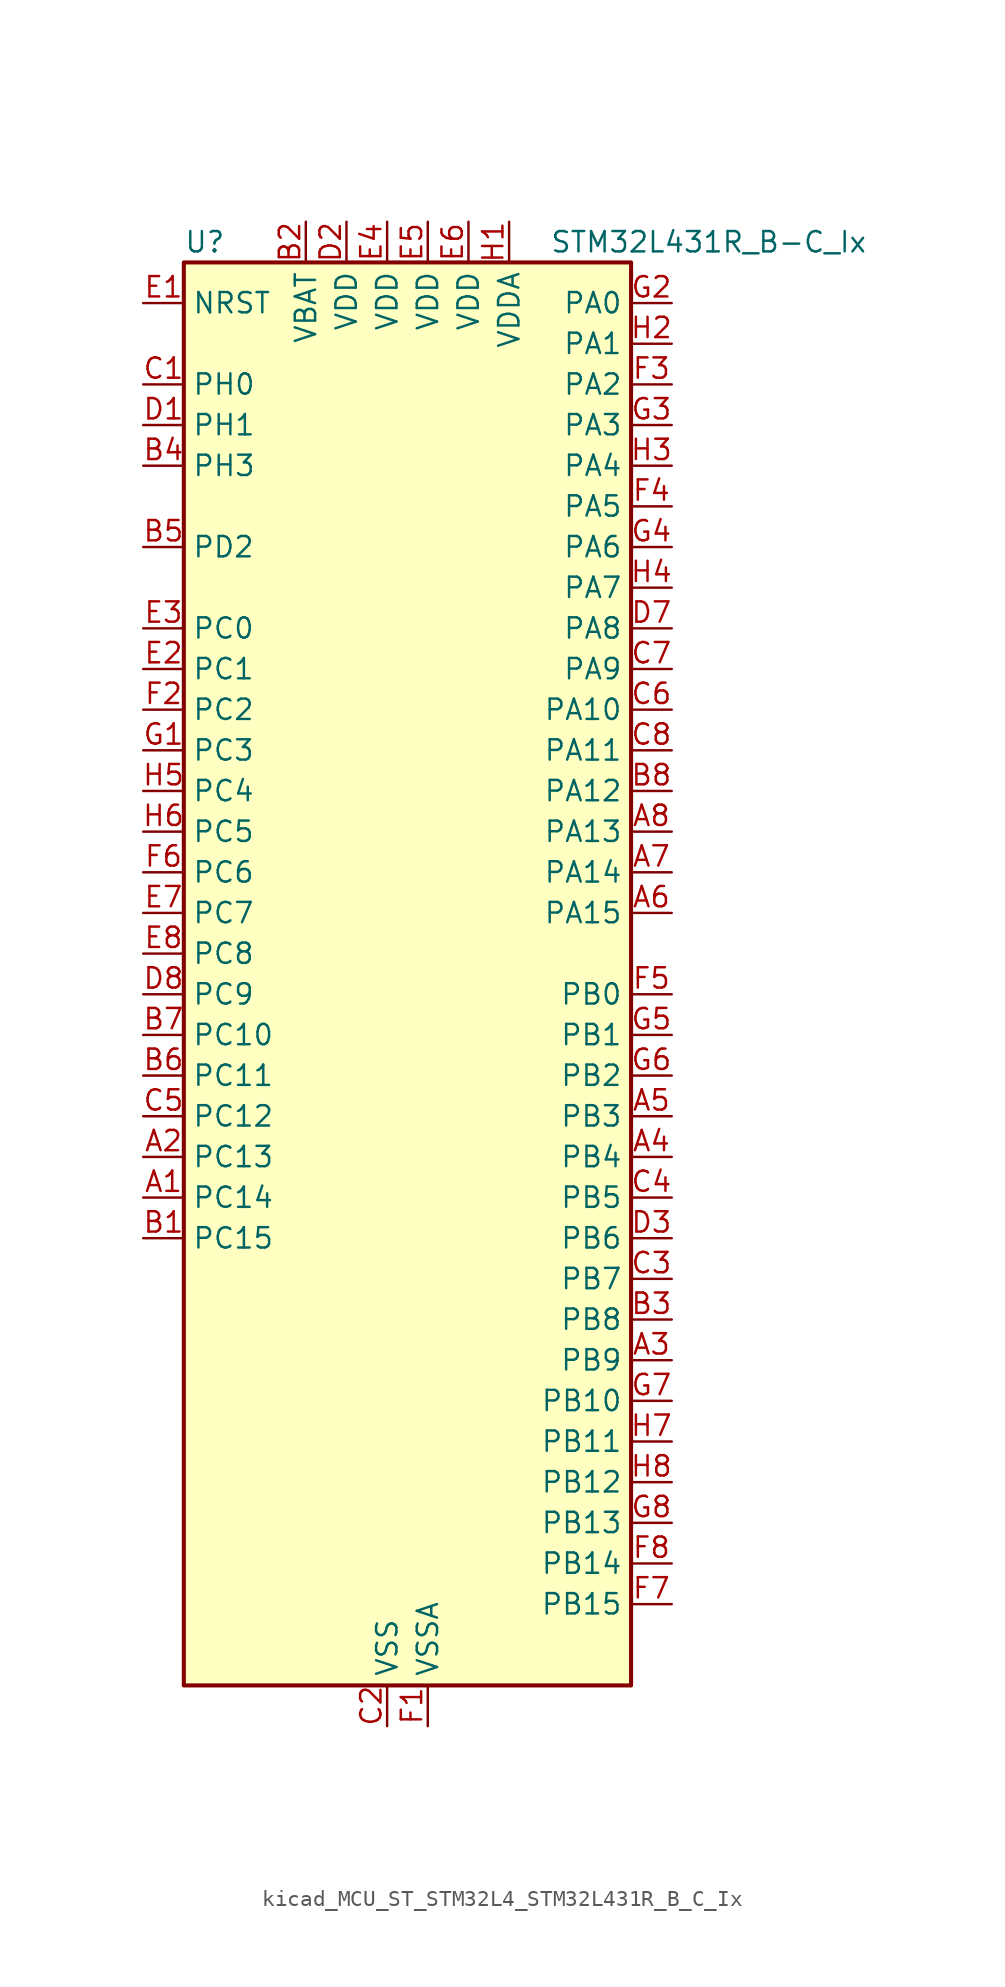
<source format=kicad_sym>
(kicad_symbol_lib
  (version 20220914)
  (generator kicad_symbol_editor)
  (symbol "kicad_MCU_ST_STM32L4_STM32L431R_B_C_Ix"
    (property "Reference" "U"
      (at -12.7 46.99 0)
      (effects (font (size 1.27 1.27)) (justify left)))
    (property "Value" "STM32L431R_B-C_Ix"
      (at 10.16 46.99 0)
      (effects (font (size 1.27 1.27)) (justify left)))
    (property "ki_locked" ""
      (at 0 0 0)
      (effects (font (size 1.27 1.27))))
    (symbol "kicad_MCU_ST_STM32L4_STM32L431R_B_C_Ix_0_1"
      (rectangle (start -12.7 -43.18) (end 15.24 45.72) (stroke (width 0.254) (type default)) (fill (type background))))
    (symbol "kicad_MCU_ST_STM32L4_STM32L431R_B_C_Ix_1_1"
      (pin bidirectional line (at -15.24 -12.7 0) (length 2.54) (name "PC14" (effects (font (size 1.27 1.27)))) (number "A1" (effects (font (size 1.27 1.27)))) (alternate "RCC_OSC32_IN" bidirectional line))
      (pin bidirectional line (at -15.24 -10.16 0) (length 2.54) (name "PC13" (effects (font (size 1.27 1.27)))) (number "A2" (effects (font (size 1.27 1.27)))) (alternate "RTC_OUT_ALARM" bidirectional line) (alternate "RTC_OUT_CALIB" bidirectional line) (alternate "RTC_TAMP1" bidirectional line) (alternate "RTC_TS" bidirectional line) (alternate "SYS_WKUP2" bidirectional line))
      (pin bidirectional line (at 17.78 -22.86 180) (length 2.54) (name "PB9" (effects (font (size 1.27 1.27)))) (number "A3" (effects (font (size 1.27 1.27)))) (alternate "CAN1_TX" bidirectional line) (alternate "DAC1_EXTI9" bidirectional line) (alternate "I2C1_SDA" bidirectional line) (alternate "IR_OUT" bidirectional line) (alternate "SAI1_FS_A" bidirectional line) (alternate "SDMMC1_D5" bidirectional line) (alternate "SPI2_NSS" bidirectional line))
      (pin bidirectional line (at 17.78 -10.16 180) (length 2.54) (name "PB4" (effects (font (size 1.27 1.27)))) (number "A4" (effects (font (size 1.27 1.27)))) (alternate "COMP2_INP" bidirectional line) (alternate "I2C3_SDA" bidirectional line) (alternate "SAI1_MCLK_B" bidirectional line) (alternate "SPI1_MISO" bidirectional line) (alternate "SPI3_MISO" bidirectional line) (alternate "SYS_JTRST" bidirectional line) (alternate "TSC_G2_IO1" bidirectional line) (alternate "USART1_CTS" bidirectional line))
      (pin bidirectional line (at 17.78 -7.62 180) (length 2.54) (name "PB3" (effects (font (size 1.27 1.27)))) (number "A5" (effects (font (size 1.27 1.27)))) (alternate "COMP2_INM" bidirectional line) (alternate "SAI1_SCK_B" bidirectional line) (alternate "SPI1_SCK" bidirectional line) (alternate "SPI3_SCK" bidirectional line) (alternate "SYS_JTDO-SWO" bidirectional line) (alternate "TIM2_CH2" bidirectional line) (alternate "USART1_DE" bidirectional line) (alternate "USART1_RTS" bidirectional line))
      (pin bidirectional line (at 17.78 5.08 180) (length 2.54) (name "PA15" (effects (font (size 1.27 1.27)))) (number "A6" (effects (font (size 1.27 1.27)))) (alternate "ADC1_EXTI15" bidirectional line) (alternate "SPI1_NSS" bidirectional line) (alternate "SPI3_NSS" bidirectional line) (alternate "SWPMI1_SUSPEND" bidirectional line) (alternate "SYS_JTDI" bidirectional line) (alternate "TIM2_CH1" bidirectional line) (alternate "TIM2_ETR" bidirectional line) (alternate "TSC_G3_IO1" bidirectional line) (alternate "USART2_RX" bidirectional line) (alternate "USART3_DE" bidirectional line) (alternate "USART3_RTS" bidirectional line))
      (pin bidirectional line (at 17.78 7.62 180) (length 2.54) (name "PA14" (effects (font (size 1.27 1.27)))) (number "A7" (effects (font (size 1.27 1.27)))) (alternate "I2C1_SMBA" bidirectional line) (alternate "LPTIM1_OUT" bidirectional line) (alternate "SAI1_FS_B" bidirectional line) (alternate "SWPMI1_RX" bidirectional line) (alternate "SYS_JTCK-SWCLK" bidirectional line))
      (pin bidirectional line (at 17.78 10.16 180) (length 2.54) (name "PA13" (effects (font (size 1.27 1.27)))) (number "A8" (effects (font (size 1.27 1.27)))) (alternate "IR_OUT" bidirectional line) (alternate "SAI1_SD_B" bidirectional line) (alternate "SWPMI1_TX" bidirectional line) (alternate "SYS_JTMS-SWDIO" bidirectional line))
      (pin bidirectional line (at -15.24 -15.24 0) (length 2.54) (name "PC15" (effects (font (size 1.27 1.27)))) (number "B1" (effects (font (size 1.27 1.27)))) (alternate "ADC1_EXTI15" bidirectional line) (alternate "RCC_OSC32_OUT" bidirectional line))
      (pin power_in line (at -5.08 48.26 270) (length 2.54) (name "VBAT" (effects (font (size 1.27 1.27)))) (number "B2" (effects (font (size 1.27 1.27)))))
      (pin bidirectional line (at 17.78 -20.32 180) (length 2.54) (name "PB8" (effects (font (size 1.27 1.27)))) (number "B3" (effects (font (size 1.27 1.27)))) (alternate "CAN1_RX" bidirectional line) (alternate "I2C1_SCL" bidirectional line) (alternate "SAI1_MCLK_A" bidirectional line) (alternate "SDMMC1_D4" bidirectional line) (alternate "TIM16_CH1" bidirectional line))
      (pin bidirectional line (at -15.24 33.02 0) (length 2.54) (name "PH3" (effects (font (size 1.27 1.27)))) (number "B4" (effects (font (size 1.27 1.27)))))
      (pin bidirectional line (at -15.24 27.94 0) (length 2.54) (name "PD2" (effects (font (size 1.27 1.27)))) (number "B5" (effects (font (size 1.27 1.27)))) (alternate "SDMMC1_CMD" bidirectional line) (alternate "TSC_SYNC" bidirectional line) (alternate "USART3_DE" bidirectional line) (alternate "USART3_RTS" bidirectional line))
      (pin bidirectional line (at -15.24 -5.08 0) (length 2.54) (name "PC11" (effects (font (size 1.27 1.27)))) (number "B6" (effects (font (size 1.27 1.27)))) (alternate "ADC1_EXTI11" bidirectional line) (alternate "SDMMC1_D3" bidirectional line) (alternate "SPI3_MISO" bidirectional line) (alternate "TSC_G3_IO3" bidirectional line) (alternate "USART3_RX" bidirectional line))
      (pin bidirectional line (at -15.24 -2.54 0) (length 2.54) (name "PC10" (effects (font (size 1.27 1.27)))) (number "B7" (effects (font (size 1.27 1.27)))) (alternate "SDMMC1_D2" bidirectional line) (alternate "SPI3_SCK" bidirectional line) (alternate "TSC_G3_IO2" bidirectional line) (alternate "USART3_TX" bidirectional line))
      (pin bidirectional line (at 17.78 12.7 180) (length 2.54) (name "PA12" (effects (font (size 1.27 1.27)))) (number "B8" (effects (font (size 1.27 1.27)))) (alternate "CAN1_TX" bidirectional line) (alternate "SPI1_MOSI" bidirectional line) (alternate "TIM1_ETR" bidirectional line) (alternate "USART1_DE" bidirectional line) (alternate "USART1_RTS" bidirectional line))
      (pin bidirectional line (at -15.24 38.1 0) (length 2.54) (name "PH0" (effects (font (size 1.27 1.27)))) (number "C1" (effects (font (size 1.27 1.27)))) (alternate "RCC_OSC_IN" bidirectional line))
      (pin power_in line (at 0 -45.72 90) (length 2.54) (name "VSS" (effects (font (size 1.27 1.27)))) (number "C2" (effects (font (size 1.27 1.27)))))
      (pin bidirectional line (at 17.78 -17.78 180) (length 2.54) (name "PB7" (effects (font (size 1.27 1.27)))) (number "C3" (effects (font (size 1.27 1.27)))) (alternate "COMP2_INM" bidirectional line) (alternate "I2C1_SDA" bidirectional line) (alternate "LPTIM1_IN2" bidirectional line) (alternate "SYS_PVD_IN" bidirectional line) (alternate "TSC_G2_IO4" bidirectional line) (alternate "USART1_RX" bidirectional line))
      (pin bidirectional line (at 17.78 -12.7 180) (length 2.54) (name "PB5" (effects (font (size 1.27 1.27)))) (number "C4" (effects (font (size 1.27 1.27)))) (alternate "COMP2_OUT" bidirectional line) (alternate "I2C1_SMBA" bidirectional line) (alternate "LPTIM1_IN1" bidirectional line) (alternate "SAI1_SD_B" bidirectional line) (alternate "SPI1_MOSI" bidirectional line) (alternate "SPI3_MOSI" bidirectional line) (alternate "TIM16_BKIN" bidirectional line) (alternate "TSC_G2_IO2" bidirectional line) (alternate "USART1_CK" bidirectional line))
      (pin bidirectional line (at -15.24 -7.62 0) (length 2.54) (name "PC12" (effects (font (size 1.27 1.27)))) (number "C5" (effects (font (size 1.27 1.27)))) (alternate "SDMMC1_CK" bidirectional line) (alternate "SPI3_MOSI" bidirectional line) (alternate "TSC_G3_IO4" bidirectional line) (alternate "USART3_CK" bidirectional line))
      (pin bidirectional line (at 17.78 17.78 180) (length 2.54) (name "PA10" (effects (font (size 1.27 1.27)))) (number "C6" (effects (font (size 1.27 1.27)))) (alternate "I2C1_SDA" bidirectional line) (alternate "SAI1_SD_A" bidirectional line) (alternate "TIM1_CH3" bidirectional line) (alternate "USART1_RX" bidirectional line))
      (pin bidirectional line (at 17.78 20.32 180) (length 2.54) (name "PA9" (effects (font (size 1.27 1.27)))) (number "C7" (effects (font (size 1.27 1.27)))) (alternate "DAC1_EXTI9" bidirectional line) (alternate "I2C1_SCL" bidirectional line) (alternate "SAI1_FS_A" bidirectional line) (alternate "TIM15_BKIN" bidirectional line) (alternate "TIM1_CH2" bidirectional line) (alternate "USART1_TX" bidirectional line))
      (pin bidirectional line (at 17.78 15.24 180) (length 2.54) (name "PA11" (effects (font (size 1.27 1.27)))) (number "C8" (effects (font (size 1.27 1.27)))) (alternate "ADC1_EXTI11" bidirectional line) (alternate "CAN1_RX" bidirectional line) (alternate "COMP1_OUT" bidirectional line) (alternate "SPI1_MISO" bidirectional line) (alternate "TIM1_BKIN2" bidirectional line) (alternate "TIM1_BKIN2_COMP1" bidirectional line) (alternate "TIM1_CH4" bidirectional line) (alternate "USART1_CTS" bidirectional line))
      (pin bidirectional line (at -15.24 35.56 0) (length 2.54) (name "PH1" (effects (font (size 1.27 1.27)))) (number "D1" (effects (font (size 1.27 1.27)))) (alternate "RCC_OSC_OUT" bidirectional line))
      (pin power_in line (at -2.54 48.26 270) (length 2.54) (name "VDD" (effects (font (size 1.27 1.27)))) (number "D2" (effects (font (size 1.27 1.27)))))
      (pin bidirectional line (at 17.78 -15.24 180) (length 2.54) (name "PB6" (effects (font (size 1.27 1.27)))) (number "D3" (effects (font (size 1.27 1.27)))) (alternate "COMP2_INP" bidirectional line) (alternate "I2C1_SCL" bidirectional line) (alternate "LPTIM1_ETR" bidirectional line) (alternate "SAI1_FS_B" bidirectional line) (alternate "TIM16_CH1N" bidirectional line) (alternate "TSC_G2_IO3" bidirectional line) (alternate "USART1_TX" bidirectional line))
      (pin passive line (at 0 -45.72 90) (length 2.54) hide (name "VSS" (effects (font (size 1.27 1.27)))) (number "D4" (effects (font (size 1.27 1.27)))))
      (pin passive line (at 0 -45.72 90) (length 2.54) hide (name "VSS" (effects (font (size 1.27 1.27)))) (number "D5" (effects (font (size 1.27 1.27)))))
      (pin passive line (at 0 -45.72 90) (length 2.54) hide (name "VSS" (effects (font (size 1.27 1.27)))) (number "D6" (effects (font (size 1.27 1.27)))))
      (pin bidirectional line (at 17.78 22.86 180) (length 2.54) (name "PA8" (effects (font (size 1.27 1.27)))) (number "D7" (effects (font (size 1.27 1.27)))) (alternate "LPTIM2_OUT" bidirectional line) (alternate "RCC_MCO" bidirectional line) (alternate "SAI1_SCK_A" bidirectional line) (alternate "SWPMI1_IO" bidirectional line) (alternate "TIM1_CH1" bidirectional line) (alternate "USART1_CK" bidirectional line))
      (pin bidirectional line (at -15.24 0 0) (length 2.54) (name "PC9" (effects (font (size 1.27 1.27)))) (number "D8" (effects (font (size 1.27 1.27)))) (alternate "DAC1_EXTI9" bidirectional line) (alternate "SDMMC1_D1" bidirectional line) (alternate "TSC_G4_IO4" bidirectional line))
      (pin input line (at -15.24 43.18 0) (length 2.54) (name "NRST" (effects (font (size 1.27 1.27)))) (number "E1" (effects (font (size 1.27 1.27)))))
      (pin bidirectional line (at -15.24 20.32 0) (length 2.54) (name "PC1" (effects (font (size 1.27 1.27)))) (number "E2" (effects (font (size 1.27 1.27)))) (alternate "ADC1_IN2" bidirectional line) (alternate "I2C3_SDA" bidirectional line) (alternate "LPTIM1_OUT" bidirectional line) (alternate "LPUART1_TX" bidirectional line))
      (pin bidirectional line (at -15.24 22.86 0) (length 2.54) (name "PC0" (effects (font (size 1.27 1.27)))) (number "E3" (effects (font (size 1.27 1.27)))) (alternate "ADC1_IN1" bidirectional line) (alternate "I2C3_SCL" bidirectional line) (alternate "LPTIM1_IN1" bidirectional line) (alternate "LPTIM2_IN1" bidirectional line) (alternate "LPUART1_RX" bidirectional line))
      (pin power_in line (at 0 48.26 270) (length 2.54) (name "VDD" (effects (font (size 1.27 1.27)))) (number "E4" (effects (font (size 1.27 1.27)))))
      (pin power_in line (at 2.54 48.26 270) (length 2.54) (name "VDD" (effects (font (size 1.27 1.27)))) (number "E5" (effects (font (size 1.27 1.27)))))
      (pin power_in line (at 5.08 48.26 270) (length 2.54) (name "VDD" (effects (font (size 1.27 1.27)))) (number "E6" (effects (font (size 1.27 1.27)))))
      (pin bidirectional line (at -15.24 5.08 0) (length 2.54) (name "PC7" (effects (font (size 1.27 1.27)))) (number "E7" (effects (font (size 1.27 1.27)))) (alternate "SDMMC1_D7" bidirectional line) (alternate "TSC_G4_IO2" bidirectional line))
      (pin bidirectional line (at -15.24 2.54 0) (length 2.54) (name "PC8" (effects (font (size 1.27 1.27)))) (number "E8" (effects (font (size 1.27 1.27)))) (alternate "SDMMC1_D0" bidirectional line) (alternate "TSC_G4_IO3" bidirectional line))
      (pin power_in line (at 2.54 -45.72 90) (length 2.54) (name "VSSA" (effects (font (size 1.27 1.27)))) (number "F1" (effects (font (size 1.27 1.27)))))
      (pin bidirectional line (at -15.24 17.78 0) (length 2.54) (name "PC2" (effects (font (size 1.27 1.27)))) (number "F2" (effects (font (size 1.27 1.27)))) (alternate "ADC1_IN3" bidirectional line) (alternate "LPTIM1_IN2" bidirectional line) (alternate "SPI2_MISO" bidirectional line))
      (pin bidirectional line (at 17.78 38.1 180) (length 2.54) (name "PA2" (effects (font (size 1.27 1.27)))) (number "F3" (effects (font (size 1.27 1.27)))) (alternate "ADC1_IN7" bidirectional line) (alternate "COMP2_INM" bidirectional line) (alternate "COMP2_OUT" bidirectional line) (alternate "LPUART1_TX" bidirectional line) (alternate "QUADSPI_BK1_NCS" bidirectional line) (alternate "RCC_LSCO" bidirectional line) (alternate "SYS_WKUP4" bidirectional line) (alternate "TIM15_CH1" bidirectional line) (alternate "TIM2_CH3" bidirectional line) (alternate "USART2_TX" bidirectional line))
      (pin bidirectional line (at 17.78 30.48 180) (length 2.54) (name "PA5" (effects (font (size 1.27 1.27)))) (number "F4" (effects (font (size 1.27 1.27)))) (alternate "ADC1_IN10" bidirectional line) (alternate "COMP1_INM" bidirectional line) (alternate "COMP2_INM" bidirectional line) (alternate "DAC1_OUT2" bidirectional line) (alternate "LPTIM2_ETR" bidirectional line) (alternate "SPI1_SCK" bidirectional line) (alternate "TIM2_CH1" bidirectional line) (alternate "TIM2_ETR" bidirectional line))
      (pin bidirectional line (at 17.78 0 180) (length 2.54) (name "PB0" (effects (font (size 1.27 1.27)))) (number "F5" (effects (font (size 1.27 1.27)))) (alternate "ADC1_IN15" bidirectional line) (alternate "COMP1_OUT" bidirectional line) (alternate "QUADSPI_BK1_IO1" bidirectional line) (alternate "SAI1_EXTCLK" bidirectional line) (alternate "SPI1_NSS" bidirectional line) (alternate "TIM1_CH2N" bidirectional line) (alternate "USART3_CK" bidirectional line))
      (pin bidirectional line (at -15.24 7.62 0) (length 2.54) (name "PC6" (effects (font (size 1.27 1.27)))) (number "F6" (effects (font (size 1.27 1.27)))) (alternate "SDMMC1_D6" bidirectional line) (alternate "TSC_G4_IO1" bidirectional line))
      (pin bidirectional line (at 17.78 -38.1 180) (length 2.54) (name "PB15" (effects (font (size 1.27 1.27)))) (number "F7" (effects (font (size 1.27 1.27)))) (alternate "ADC1_EXTI15" bidirectional line) (alternate "RTC_REFIN" bidirectional line) (alternate "SAI1_SD_A" bidirectional line) (alternate "SPI2_MOSI" bidirectional line) (alternate "SWPMI1_SUSPEND" bidirectional line) (alternate "TIM15_CH2" bidirectional line) (alternate "TIM1_CH3N" bidirectional line) (alternate "TSC_G1_IO4" bidirectional line))
      (pin bidirectional line (at 17.78 -35.56 180) (length 2.54) (name "PB14" (effects (font (size 1.27 1.27)))) (number "F8" (effects (font (size 1.27 1.27)))) (alternate "I2C2_SDA" bidirectional line) (alternate "SAI1_MCLK_A" bidirectional line) (alternate "SPI2_MISO" bidirectional line) (alternate "SWPMI1_RX" bidirectional line) (alternate "TIM15_CH1" bidirectional line) (alternate "TIM1_CH2N" bidirectional line) (alternate "TSC_G1_IO3" bidirectional line) (alternate "USART3_DE" bidirectional line) (alternate "USART3_RTS" bidirectional line))
      (pin bidirectional line (at -15.24 15.24 0) (length 2.54) (name "PC3" (effects (font (size 1.27 1.27)))) (number "G1" (effects (font (size 1.27 1.27)))) (alternate "ADC1_IN4" bidirectional line) (alternate "LPTIM1_ETR" bidirectional line) (alternate "LPTIM2_ETR" bidirectional line) (alternate "SAI1_SD_A" bidirectional line) (alternate "SPI2_MOSI" bidirectional line))
      (pin bidirectional line (at 17.78 43.18 180) (length 2.54) (name "PA0" (effects (font (size 1.27 1.27)))) (number "G2" (effects (font (size 1.27 1.27)))) (alternate "ADC1_IN5" bidirectional line) (alternate "COMP1_INM" bidirectional line) (alternate "COMP1_OUT" bidirectional line) (alternate "OPAMP1_VINP" bidirectional line) (alternate "RTC_TAMP2" bidirectional line) (alternate "SAI1_EXTCLK" bidirectional line) (alternate "SYS_WKUP1" bidirectional line) (alternate "TIM2_CH1" bidirectional line) (alternate "TIM2_ETR" bidirectional line) (alternate "USART2_CTS" bidirectional line))
      (pin bidirectional line (at 17.78 35.56 180) (length 2.54) (name "PA3" (effects (font (size 1.27 1.27)))) (number "G3" (effects (font (size 1.27 1.27)))) (alternate "ADC1_IN8" bidirectional line) (alternate "COMP2_INP" bidirectional line) (alternate "LPUART1_RX" bidirectional line) (alternate "OPAMP1_VOUT" bidirectional line) (alternate "QUADSPI_CLK" bidirectional line) (alternate "SAI1_MCLK_A" bidirectional line) (alternate "TIM15_CH2" bidirectional line) (alternate "TIM2_CH4" bidirectional line) (alternate "USART2_RX" bidirectional line))
      (pin bidirectional line (at 17.78 27.94 180) (length 2.54) (name "PA6" (effects (font (size 1.27 1.27)))) (number "G4" (effects (font (size 1.27 1.27)))) (alternate "ADC1_IN11" bidirectional line) (alternate "COMP1_OUT" bidirectional line) (alternate "LPUART1_CTS" bidirectional line) (alternate "QUADSPI_BK1_IO3" bidirectional line) (alternate "SPI1_MISO" bidirectional line) (alternate "TIM16_CH1" bidirectional line) (alternate "TIM1_BKIN" bidirectional line) (alternate "TIM1_BKIN_COMP2" bidirectional line) (alternate "USART3_CTS" bidirectional line))
      (pin bidirectional line (at 17.78 -2.54 180) (length 2.54) (name "PB1" (effects (font (size 1.27 1.27)))) (number "G5" (effects (font (size 1.27 1.27)))) (alternate "ADC1_IN16" bidirectional line) (alternate "COMP1_INM" bidirectional line) (alternate "LPTIM2_IN1" bidirectional line) (alternate "LPUART1_DE" bidirectional line) (alternate "LPUART1_RTS" bidirectional line) (alternate "QUADSPI_BK1_IO0" bidirectional line) (alternate "TIM1_CH3N" bidirectional line) (alternate "USART3_DE" bidirectional line) (alternate "USART3_RTS" bidirectional line))
      (pin bidirectional line (at 17.78 -5.08 180) (length 2.54) (name "PB2" (effects (font (size 1.27 1.27)))) (number "G6" (effects (font (size 1.27 1.27)))) (alternate "COMP1_INP" bidirectional line) (alternate "I2C3_SMBA" bidirectional line) (alternate "LPTIM1_OUT" bidirectional line) (alternate "RTC_OUT_ALARM" bidirectional line) (alternate "RTC_OUT_CALIB" bidirectional line))
      (pin bidirectional line (at 17.78 -25.4 180) (length 2.54) (name "PB10" (effects (font (size 1.27 1.27)))) (number "G7" (effects (font (size 1.27 1.27)))) (alternate "COMP1_OUT" bidirectional line) (alternate "I2C2_SCL" bidirectional line) (alternate "LPUART1_RX" bidirectional line) (alternate "QUADSPI_CLK" bidirectional line) (alternate "SAI1_SCK_A" bidirectional line) (alternate "SPI2_SCK" bidirectional line) (alternate "TIM2_CH3" bidirectional line) (alternate "TSC_SYNC" bidirectional line) (alternate "USART3_TX" bidirectional line))
      (pin bidirectional line (at 17.78 -33.02 180) (length 2.54) (name "PB13" (effects (font (size 1.27 1.27)))) (number "G8" (effects (font (size 1.27 1.27)))) (alternate "I2C2_SCL" bidirectional line) (alternate "LPUART1_CTS" bidirectional line) (alternate "SAI1_SCK_A" bidirectional line) (alternate "SPI2_SCK" bidirectional line) (alternate "SWPMI1_TX" bidirectional line) (alternate "TIM15_CH1N" bidirectional line) (alternate "TIM1_CH1N" bidirectional line) (alternate "TSC_G1_IO2" bidirectional line) (alternate "USART3_CTS" bidirectional line))
      (pin power_in line (at 7.62 48.26 270) (length 2.54) (name "VDDA" (effects (font (size 1.27 1.27)))) (number "H1" (effects (font (size 1.27 1.27)))))
      (pin bidirectional line (at 17.78 40.64 180) (length 2.54) (name "PA1" (effects (font (size 1.27 1.27)))) (number "H2" (effects (font (size 1.27 1.27)))) (alternate "ADC1_IN6" bidirectional line) (alternate "COMP1_INP" bidirectional line) (alternate "I2C1_SMBA" bidirectional line) (alternate "OPAMP1_VINM" bidirectional line) (alternate "SPI1_SCK" bidirectional line) (alternate "TIM15_CH1N" bidirectional line) (alternate "TIM2_CH2" bidirectional line) (alternate "USART2_DE" bidirectional line) (alternate "USART2_RTS" bidirectional line))
      (pin bidirectional line (at 17.78 33.02 180) (length 2.54) (name "PA4" (effects (font (size 1.27 1.27)))) (number "H3" (effects (font (size 1.27 1.27)))) (alternate "ADC1_IN9" bidirectional line) (alternate "COMP1_INM" bidirectional line) (alternate "COMP2_INM" bidirectional line) (alternate "DAC1_OUT1" bidirectional line) (alternate "LPTIM2_OUT" bidirectional line) (alternate "SAI1_FS_B" bidirectional line) (alternate "SPI1_NSS" bidirectional line) (alternate "SPI3_NSS" bidirectional line) (alternate "USART2_CK" bidirectional line))
      (pin bidirectional line (at 17.78 25.4 180) (length 2.54) (name "PA7" (effects (font (size 1.27 1.27)))) (number "H4" (effects (font (size 1.27 1.27)))) (alternate "ADC1_IN12" bidirectional line) (alternate "COMP2_OUT" bidirectional line) (alternate "I2C3_SCL" bidirectional line) (alternate "QUADSPI_BK1_IO2" bidirectional line) (alternate "SPI1_MOSI" bidirectional line) (alternate "TIM1_CH1N" bidirectional line))
      (pin bidirectional line (at -15.24 12.7 0) (length 2.54) (name "PC4" (effects (font (size 1.27 1.27)))) (number "H5" (effects (font (size 1.27 1.27)))) (alternate "ADC1_IN13" bidirectional line) (alternate "COMP1_INM" bidirectional line) (alternate "USART3_TX" bidirectional line))
      (pin bidirectional line (at -15.24 10.16 0) (length 2.54) (name "PC5" (effects (font (size 1.27 1.27)))) (number "H6" (effects (font (size 1.27 1.27)))) (alternate "ADC1_IN14" bidirectional line) (alternate "COMP1_INP" bidirectional line) (alternate "SYS_WKUP5" bidirectional line) (alternate "USART3_RX" bidirectional line))
      (pin bidirectional line (at 17.78 -27.94 180) (length 2.54) (name "PB11" (effects (font (size 1.27 1.27)))) (number "H7" (effects (font (size 1.27 1.27)))) (alternate "ADC1_EXTI11" bidirectional line) (alternate "COMP2_OUT" bidirectional line) (alternate "I2C2_SDA" bidirectional line) (alternate "LPUART1_TX" bidirectional line) (alternate "QUADSPI_BK1_NCS" bidirectional line) (alternate "TIM2_CH4" bidirectional line) (alternate "USART3_RX" bidirectional line))
      (pin bidirectional line (at 17.78 -30.48 180) (length 2.54) (name "PB12" (effects (font (size 1.27 1.27)))) (number "H8" (effects (font (size 1.27 1.27)))) (alternate "I2C2_SMBA" bidirectional line) (alternate "LPUART1_DE" bidirectional line) (alternate "LPUART1_RTS" bidirectional line) (alternate "SAI1_FS_A" bidirectional line) (alternate "SPI2_NSS" bidirectional line) (alternate "SWPMI1_IO" bidirectional line) (alternate "TIM15_BKIN" bidirectional line) (alternate "TIM1_BKIN" bidirectional line) (alternate "TIM1_BKIN_COMP2" bidirectional line) (alternate "TSC_G1_IO1" bidirectional line) (alternate "USART3_CK" bidirectional line)))))
</source>
